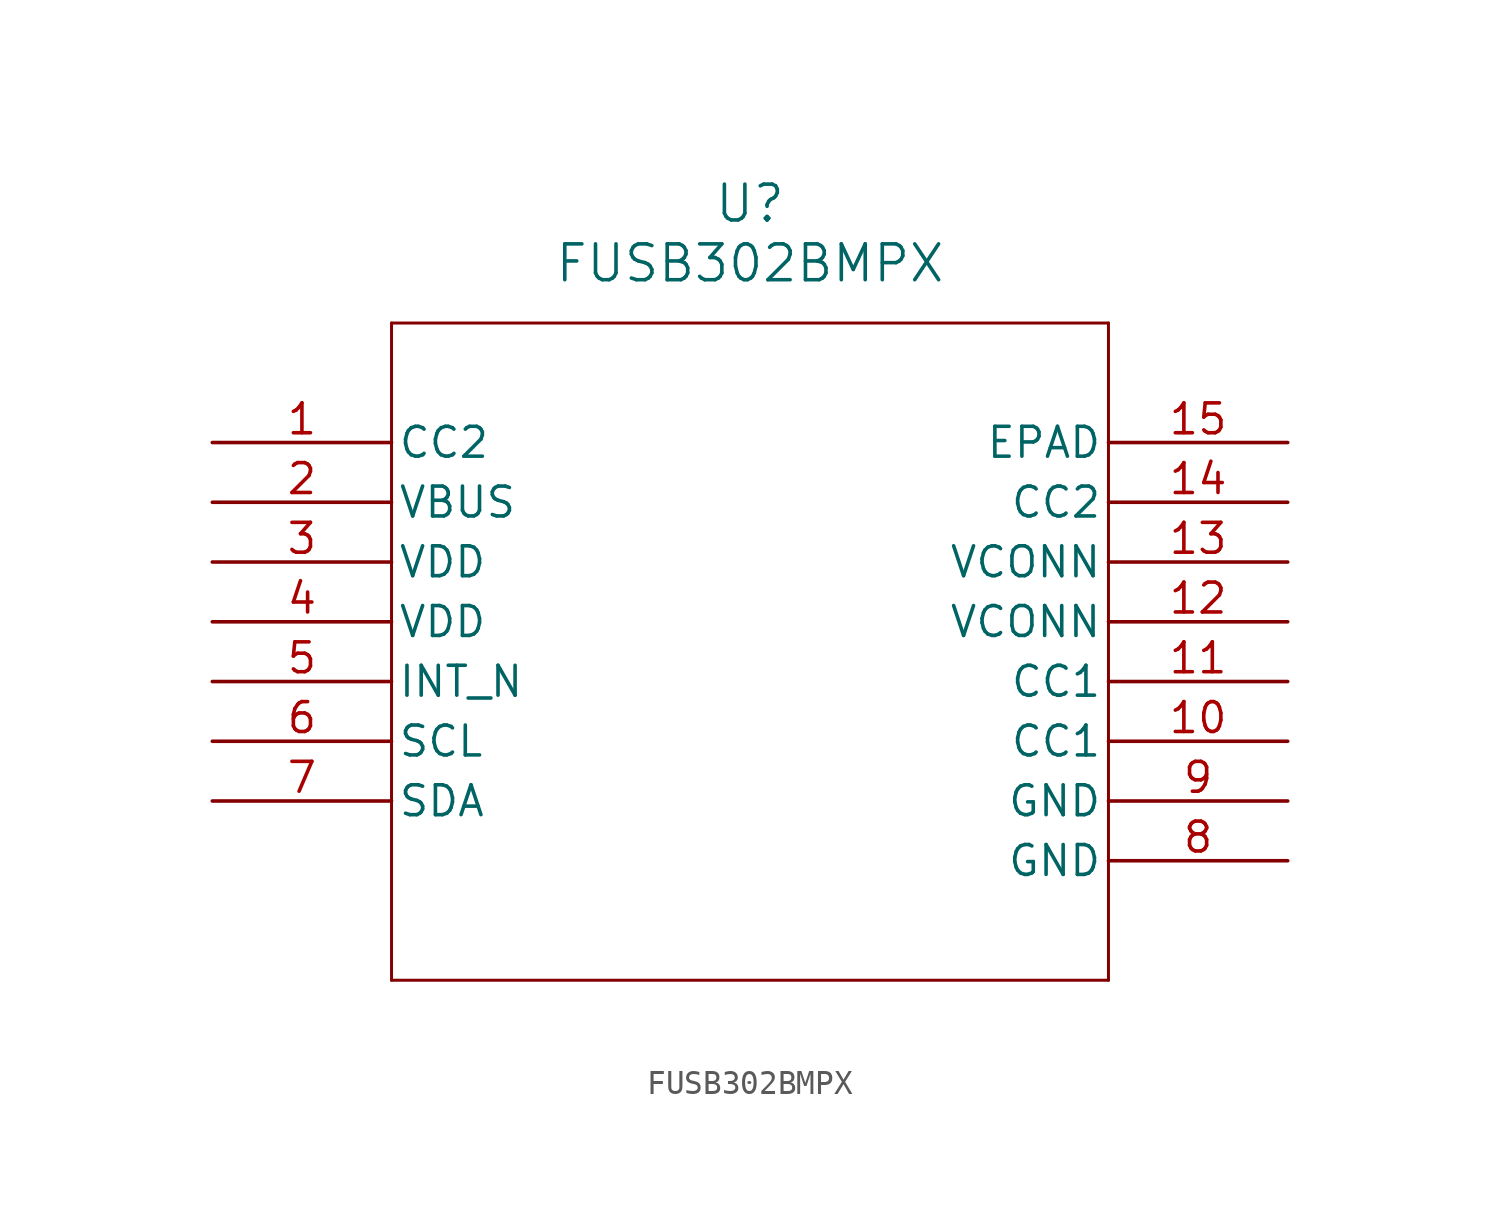
<source format=kicad_sym>
(kicad_symbol_lib
  (version 20211014)
  (generator kicad_symbol_editor)
  (symbol "FUSB302BMPX"
    (pin_names
      (offset 0.254))
    (property "Reference" "U"
      (at 22.86 10.16 0)
      (effects (font (size 1.524 1.524))))
    (property "Value" "FUSB302BMPX"
      (at 22.86 7.62 0)
      (effects (font (size 1.524 1.524))))
    (symbol "FUSB302BMPX_0_1"
      (polyline (pts (xy 7.62 5.08) (xy 7.62 -22.86)) (stroke (width 0.127) (type default) (color 0 0 0 0)) (fill (type none)))
      (polyline (pts (xy 7.62 -22.86) (xy 38.1 -22.86)) (stroke (width 0.127) (type default) (color 0 0 0 0)) (fill (type none)))
      (polyline (pts (xy 38.1 -22.86) (xy 38.1 5.08)) (stroke (width 0.127) (type default) (color 0 0 0 0)) (fill (type none)))
      (polyline (pts (xy 38.1 5.08) (xy 7.62 5.08)) (stroke (width 0.127) (type default) (color 0 0 0 0)) (fill (type none)))
      (pin bidirectional line (at 0 0 0) (length 7.62) (name "CC2" (effects (font (size 1.27 1.27)))) (number "1" (effects (font (size 1.27 1.27)))))
      (pin input line (at 0 -2.54 0) (length 7.62) (name "VBUS" (effects (font (size 1.27 1.27)))) (number "2" (effects (font (size 1.27 1.27)))))
      (pin power_in line (at 0 -5.08 0) (length 7.62) (name "VDD" (effects (font (size 1.27 1.27)))) (number "3" (effects (font (size 1.27 1.27)))))
      (pin power_in line (at 0 -7.62 0) (length 7.62) (name "VDD" (effects (font (size 1.27 1.27)))) (number "4" (effects (font (size 1.27 1.27)))))
      (pin output line (at 0 -10.16 0) (length 7.62) (name "INT_N" (effects (font (size 1.27 1.27)))) (number "5" (effects (font (size 1.27 1.27)))))
      (pin input line (at 0 -12.7 0) (length 7.62) (name "SCL" (effects (font (size 1.27 1.27)))) (number "6" (effects (font (size 1.27 1.27)))))
      (pin bidirectional line (at 0 -15.24 0) (length 7.62) (name "SDA" (effects (font (size 1.27 1.27)))) (number "7" (effects (font (size 1.27 1.27)))))
      (pin power_in line (at 45.72 -17.78 180) (length 7.62) (name "GND" (effects (font (size 1.27 1.27)))) (number "8" (effects (font (size 1.27 1.27)))))
      (pin power_in line (at 45.72 -15.24 180) (length 7.62) (name "GND" (effects (font (size 1.27 1.27)))) (number "9" (effects (font (size 1.27 1.27)))))
      (pin bidirectional line (at 45.72 -12.7 180) (length 7.62) (name "CC1" (effects (font (size 1.27 1.27)))) (number "10" (effects (font (size 1.27 1.27)))))
      (pin bidirectional line (at 45.72 -10.16 180) (length 7.62) (name "CC1" (effects (font (size 1.27 1.27)))) (number "11" (effects (font (size 1.27 1.27)))))
      (pin power_in line (at 45.72 -7.62 180) (length 7.62) (name "VCONN" (effects (font (size 1.27 1.27)))) (number "12" (effects (font (size 1.27 1.27)))))
      (pin power_in line (at 45.72 -5.08 180) (length 7.62) (name "VCONN" (effects (font (size 1.27 1.27)))) (number "13" (effects (font (size 1.27 1.27)))))
      (pin bidirectional line (at 45.72 -2.54 180) (length 7.62) (name "CC2" (effects (font (size 1.27 1.27)))) (number "14" (effects (font (size 1.27 1.27)))))
      (pin unspecified line (at 45.72 0 180) (length 7.62) (name "EPAD" (effects (font (size 1.27 1.27)))) (number "15" (effects (font (size 1.27 1.27))))))))
</source>
